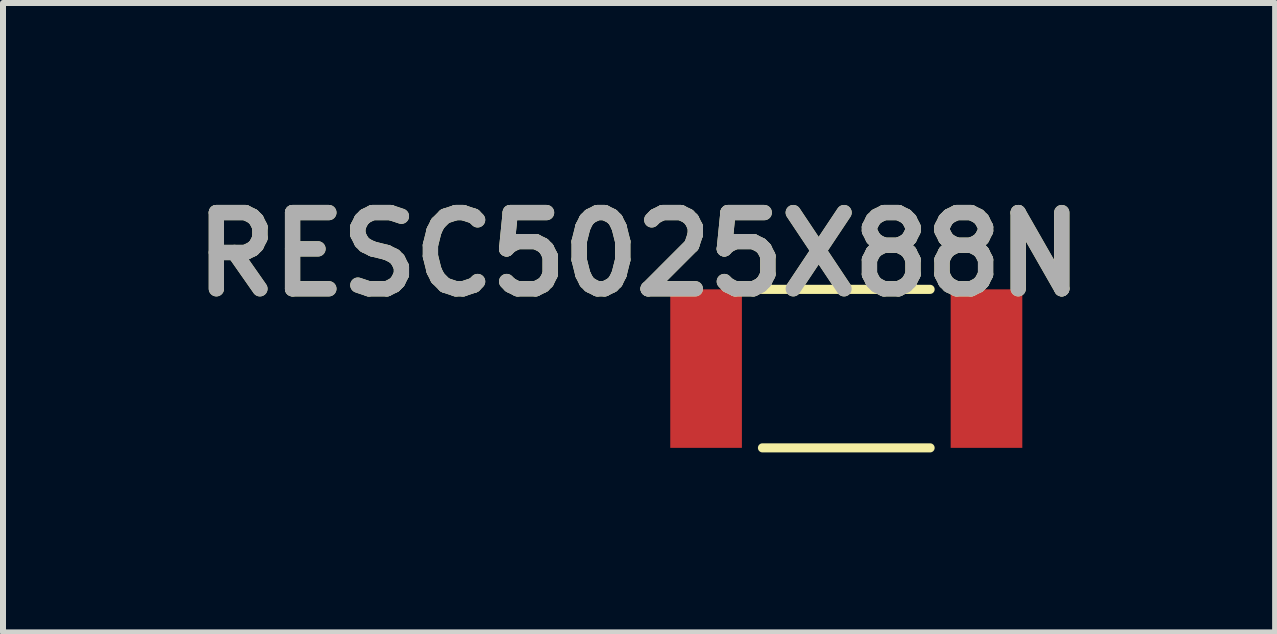
<source format=kicad_pcb>
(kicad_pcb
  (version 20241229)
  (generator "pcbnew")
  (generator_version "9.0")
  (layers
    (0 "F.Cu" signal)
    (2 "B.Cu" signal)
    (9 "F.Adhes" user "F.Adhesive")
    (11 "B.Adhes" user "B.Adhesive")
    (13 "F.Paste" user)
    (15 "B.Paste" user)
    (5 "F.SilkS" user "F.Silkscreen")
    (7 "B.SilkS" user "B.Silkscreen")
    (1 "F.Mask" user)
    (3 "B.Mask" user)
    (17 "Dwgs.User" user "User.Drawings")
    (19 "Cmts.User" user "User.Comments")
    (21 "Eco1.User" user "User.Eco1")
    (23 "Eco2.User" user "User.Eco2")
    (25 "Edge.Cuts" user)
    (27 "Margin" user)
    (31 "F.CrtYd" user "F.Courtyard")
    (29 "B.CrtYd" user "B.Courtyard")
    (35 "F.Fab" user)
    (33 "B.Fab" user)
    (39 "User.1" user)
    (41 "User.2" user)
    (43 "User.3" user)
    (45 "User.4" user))
  (footprint "RESC5025X88N"
    (layer "F.Cu")
    (at 11.056 3.094)
    (property "Reference" "RESC5025X88N" (at -3.454 -1.905 0) (layer "F.SilkS") (effects (font (size 1.27 1.27) (thickness 0.254))))
    (attr smd)
    (fp_line (start -1.397 1.321) (end 1.397 1.321) (stroke (width 0.152) (type solid)) (layer "F.SilkS"))
    (fp_line (start 1.397 -1.321) (end -1.397 -1.321) (stroke (width 0.152) (type solid)) (layer "F.SilkS"))
    (fp_text user "${REFERENCE}" (at -3.454 -1.905 0) (layer "F.Fab") (effects (font (size 1.27 1.27) (thickness 0.254))))
    (pad "1" smd rect (at -2.337 0) (size 1.194 2.642) (layers "F.Cu" "F.Mask" "F.Paste"))
    (pad "2" smd rect (at 2.337 0) (size 1.194 2.642) (layers "F.Cu" "F.Mask" "F.Paste")))
  (gr_rect
    (start -3 -3)
    (end 18.204 7.491)
    (stroke (width 0.1) (type default))
    (fill no)
    (layer "Edge.Cuts")))
</source>
